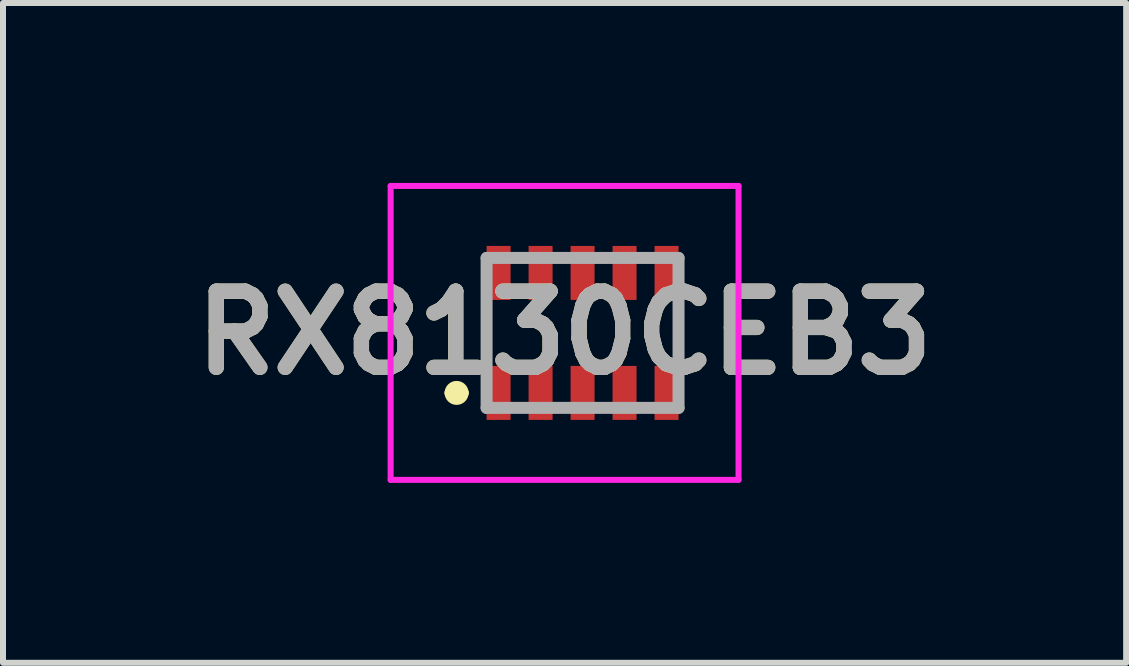
<source format=kicad_pcb>
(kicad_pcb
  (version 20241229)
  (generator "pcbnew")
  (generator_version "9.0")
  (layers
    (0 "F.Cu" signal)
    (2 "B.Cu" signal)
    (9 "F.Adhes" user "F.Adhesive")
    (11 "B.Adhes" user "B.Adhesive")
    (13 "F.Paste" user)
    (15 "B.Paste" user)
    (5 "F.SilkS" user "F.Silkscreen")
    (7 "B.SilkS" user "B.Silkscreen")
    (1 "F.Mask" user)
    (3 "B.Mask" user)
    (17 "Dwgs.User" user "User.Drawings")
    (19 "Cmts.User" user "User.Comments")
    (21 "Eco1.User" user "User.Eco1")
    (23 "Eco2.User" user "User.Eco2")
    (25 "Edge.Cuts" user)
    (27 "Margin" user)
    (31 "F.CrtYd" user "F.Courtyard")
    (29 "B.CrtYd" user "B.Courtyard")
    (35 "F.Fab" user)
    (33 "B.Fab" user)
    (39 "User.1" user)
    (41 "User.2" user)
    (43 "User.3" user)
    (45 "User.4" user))
  (footprint "RX8130CEB3"
    (layer "F.Cu")
    (at 6.662 2.5)
    (property "Reference" "RX8130CEB3" (at -0.3 0 0) (layer "F.SilkS") (effects (font (size 1.27 1.27) (thickness 0.254))))
    (attr smd)
    (fp_line (start -2.2 1) (end -2.2 1) (stroke (width 0.2) (type solid)) (layer "F.SilkS"))
    (fp_line (start -2 1) (end -2 1) (stroke (width 0.2) (type solid)) (layer "F.SilkS"))
    (fp_line (start -1.6 -0.2) (end -1.6 0.2) (stroke (width 0.1) (type solid)) (layer "F.SilkS"))
    (fp_line (start 1.6 -0.2) (end 1.6 0.2) (stroke (width 0.1) (type solid)) (layer "F.SilkS"))
    (fp_arc (start -2.2 1) (mid -2.1 0.9) (end -2 1) (stroke (width 0.2) (type solid)) (layer "F.SilkS"))
    (fp_arc (start -2 1) (mid -2.1 1.1) (end -2.2 1) (stroke (width 0.2) (type solid)) (layer "F.SilkS"))
    (fp_line (start -3.2 -2.45) (end 2.6 -2.45) (stroke (width 0.1) (type solid)) (layer "F.CrtYd"))
    (fp_line (start -3.2 2.45) (end -3.2 -2.45) (stroke (width 0.1) (type solid)) (layer "F.CrtYd"))
    (fp_line (start 2.6 -2.45) (end 2.6 2.45) (stroke (width 0.1) (type solid)) (layer "F.CrtYd"))
    (fp_line (start 2.6 2.45) (end -3.2 2.45) (stroke (width 0.1) (type solid)) (layer "F.CrtYd"))
    (fp_line (start -1.6 -1.25) (end 1.6 -1.25) (stroke (width 0.2) (type solid)) (layer "F.Fab"))
    (fp_line (start -1.6 1.25) (end -1.6 -1.25) (stroke (width 0.2) (type solid)) (layer "F.Fab"))
    (fp_line (start 1.6 -1.25) (end 1.6 1.25) (stroke (width 0.2) (type solid)) (layer "F.Fab"))
    (fp_line (start 1.6 1.25) (end -1.6 1.25) (stroke (width 0.2) (type solid)) (layer "F.Fab"))
    (fp_text user "${REFERENCE}" (at -0.3 0 0) (layer "F.Fab") (effects (font (size 1.27 1.27) (thickness 0.254))))
    (pad "1" smd rect (at -1.4 1) (size 0.4 0.9) (layers "F.Cu" "F.Mask" "F.Paste"))
    (pad "2" smd rect (at -0.7 1) (size 0.4 0.9) (layers "F.Cu" "F.Mask" "F.Paste"))
    (pad "3" smd rect (at 0 1) (size 0.4 0.9) (layers "F.Cu" "F.Mask" "F.Paste"))
    (pad "4" smd rect (at 0.7 1) (size 0.4 0.9) (layers "F.Cu" "F.Mask" "F.Paste"))
    (pad "5" smd rect (at 1.4 1) (size 0.4 0.9) (layers "F.Cu" "F.Mask" "F.Paste"))
    (pad "6" smd rect (at 1.4 -1) (size 0.4 0.9) (layers "F.Cu" "F.Mask" "F.Paste"))
    (pad "7" smd rect (at 0.7 -1) (size 0.4 0.9) (layers "F.Cu" "F.Mask" "F.Paste"))
    (pad "8" smd rect (at 0 -1) (size 0.4 0.9) (layers "F.Cu" "F.Mask" "F.Paste"))
    (pad "9" smd rect (at -0.7 -1) (size 0.4 0.9) (layers "F.Cu" "F.Mask" "F.Paste"))
    (pad "10" smd rect (at -1.4 -1) (size 0.4 0.9) (layers "F.Cu" "F.Mask" "F.Paste")))
  (gr_rect
    (start -3 -3)
    (end 15.724 8)
    (stroke (width 0.1) (type default))
    (fill no)
    (layer "Edge.Cuts")))
</source>
